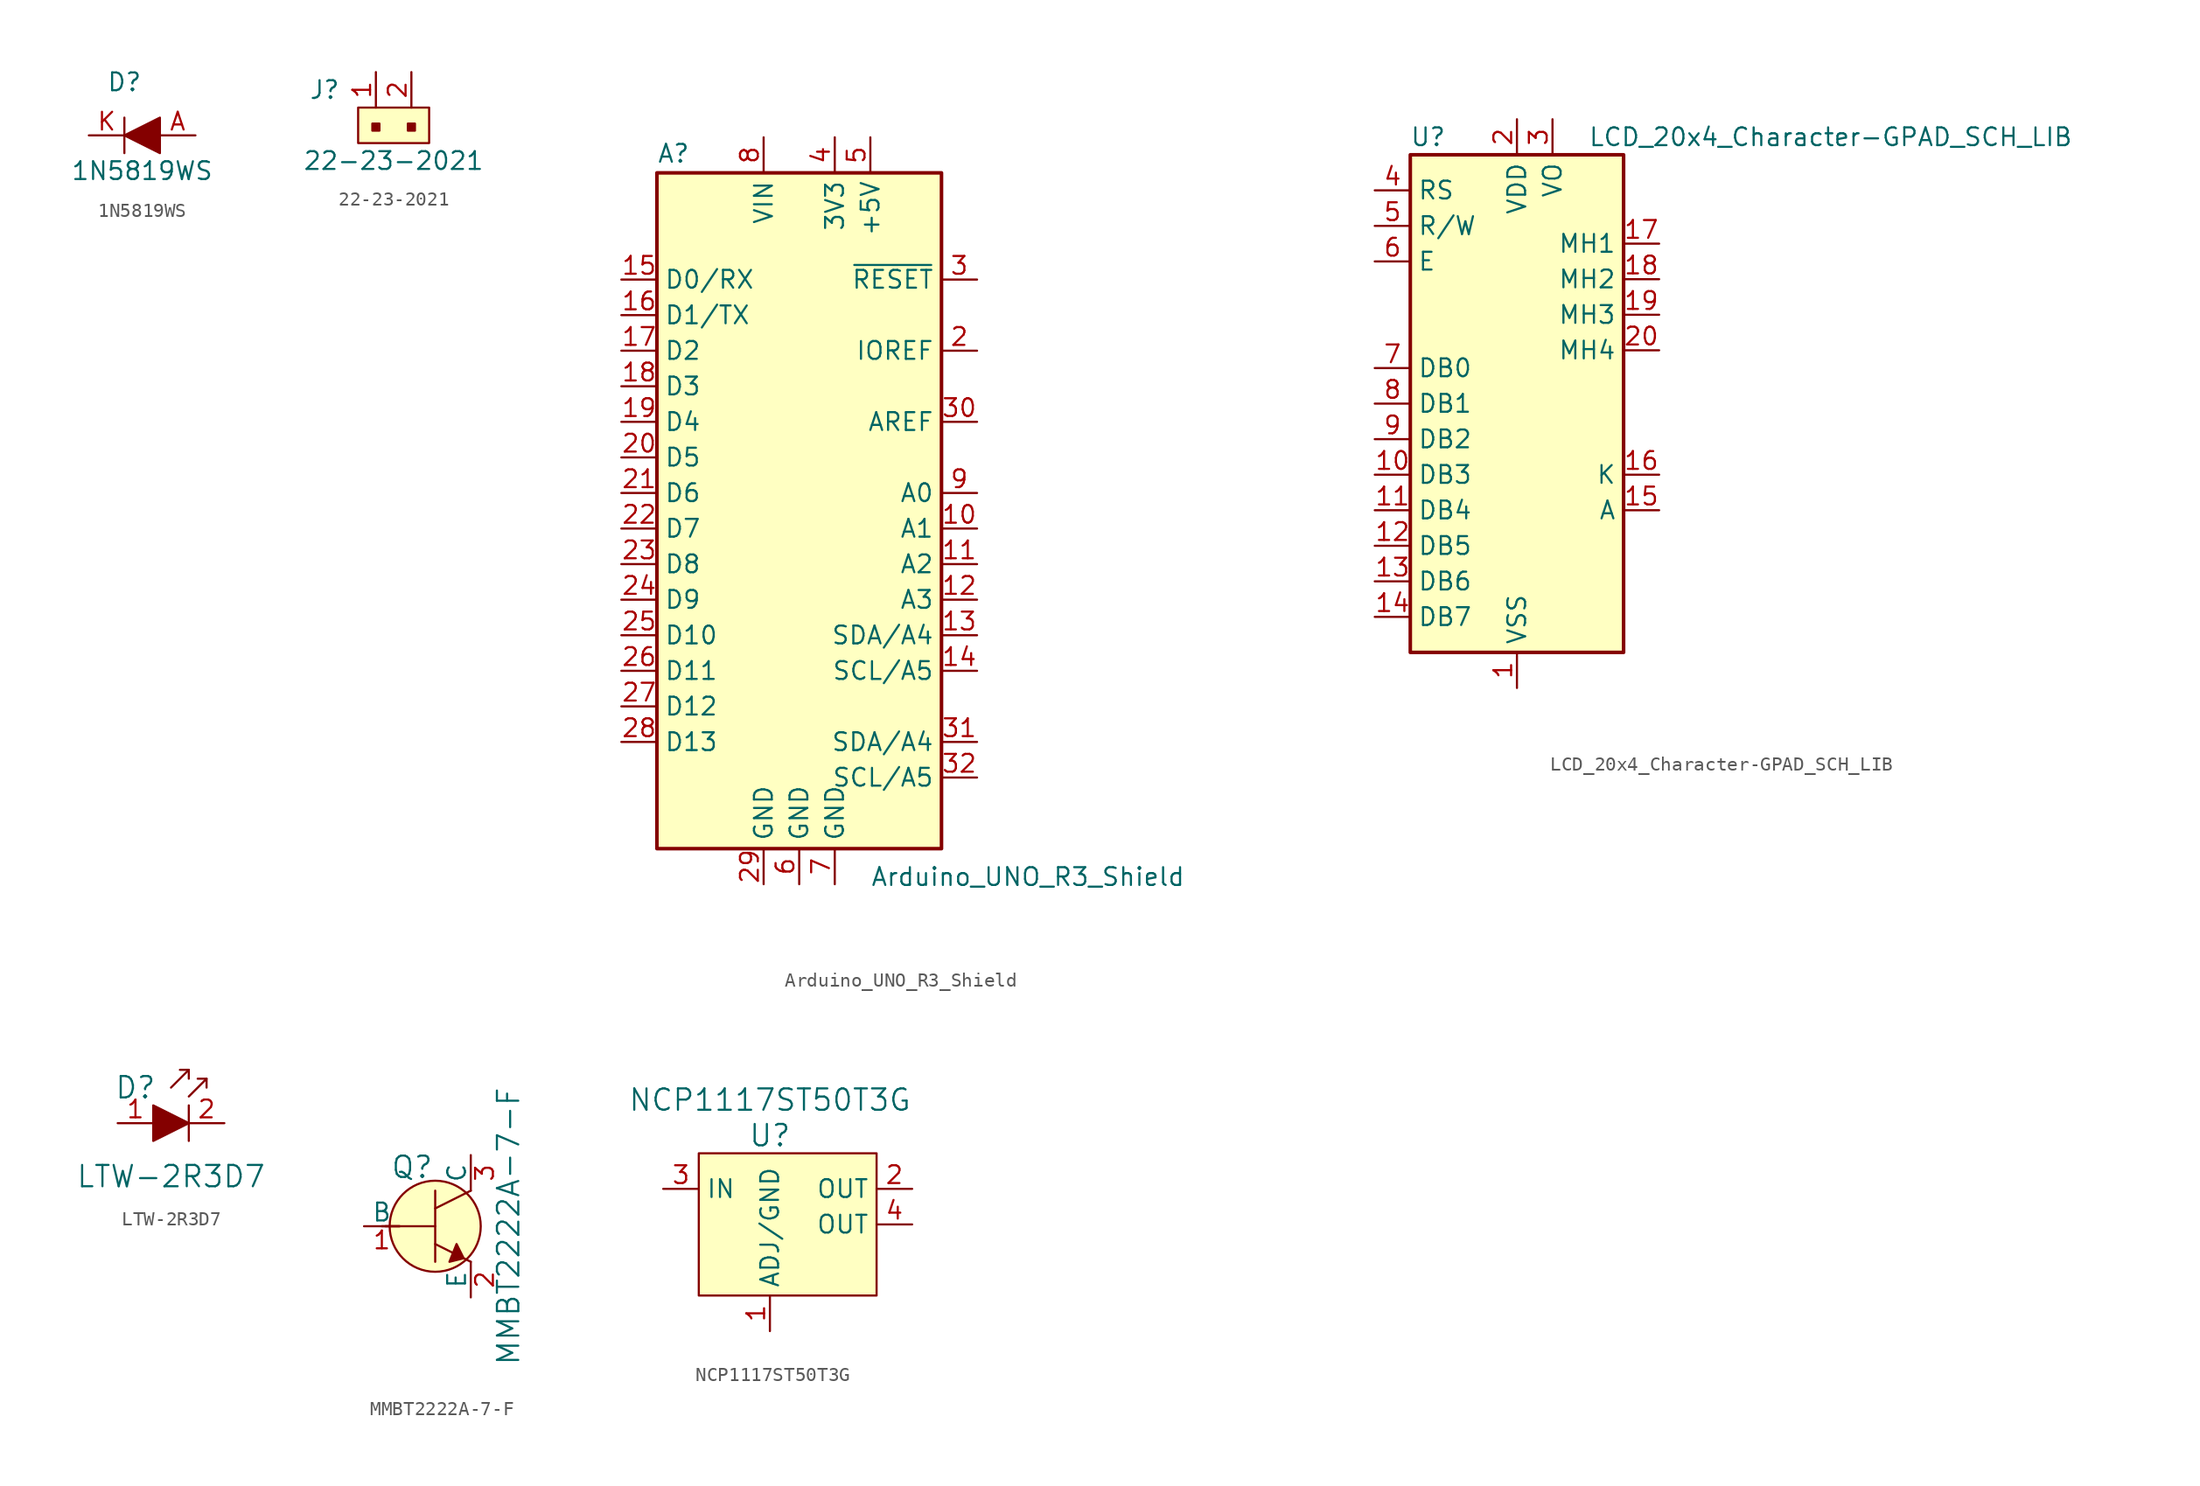
<source format=kicad_sym>
(kicad_symbol_lib
  (version 20211014)
  (generator kicad_symbol_editor)
  (symbol "1N5819WS"
    (pin_names
      (offset 1.016))
    (property "Reference" "D"
      (at 0 3.81 0)
      (effects (font (size 1.27 1.27))))
    (property "Value" "1N5819WS"
      (at 1.27 -2.54 0)
      (effects (font (size 1.27 1.27))))
    (symbol "1N5819WS_0_1"
      (polyline (pts (xy 0 0) (xy 2.54 0)) (stroke (width 0) (type default) (color 0 0 0 0)) (fill (type none)))
      (polyline (pts (xy 0 1.27) (xy 0 -1.27)) (stroke (width 0) (type default) (color 0 0 0 0)) (fill (type none)))
      (polyline (pts (xy 2.54 1.27) (xy 2.54 -1.27) (xy 0 0) (xy 2.54 1.27)) (stroke (width 0) (type default) (color 0 0 0 0)) (fill (type outline))))
    (symbol "1N5819WS_1_1"
      (pin passive line (at 5.08 0 180) (length 2.54) (name "~" (effects (font (size 1.27 1.27)))) (number "A" (effects (font (size 1.27 1.27)))))
      (pin passive line (at -2.54 0 0) (length 2.54) (name "~" (effects (font (size 1.27 1.27)))) (number "K" (effects (font (size 1.27 1.27)))))))
  (symbol "22-23-2021"
    (pin_names
      (offset 1.016))
    (property "Reference" "J"
      (at -2.54 1.27 0)
      (effects (font (size 1.27 1.27)) (justify right)))
    (property "Value" "22-23-2021"
      (at 1.27 -3.81 0)
      (effects (font (size 1.27 1.27))))
    (symbol "22-23-2021_1_1"
      (rectangle (start -1.27 0) (end 3.81 -2.54) (stroke (width 0) (type default) (color 0 0 0 0)) (fill (type background)))
      (rectangle (start -0.254 -1.143) (end 0.254 -1.651) (stroke (width 0) (type default) (color 0 0 0 0)) (fill (type outline)))
      (rectangle (start 2.286 -1.143) (end 2.794 -1.651) (stroke (width 0) (type default) (color 0 0 0 0)) (fill (type outline)))
      (pin passive line (at 0 2.54 270) (length 2.54) (name "~" (effects (font (size 1.27 1.27)))) (number "1" (effects (font (size 1.27 1.27)))))
      (pin passive line (at 2.54 2.54 270) (length 2.54) (name "~" (effects (font (size 1.27 1.27)))) (number "2" (effects (font (size 1.27 1.27)))))))
  (symbol "Arduino_UNO_R3_Shield"
    (property "Reference" "A"
      (at -10.16 23.495 0)
      (effects (font (size 1.27 1.27)) (justify left bottom)))
    (property "Value" "Arduino_UNO_R3_Shield"
      (at 5.08 -26.67 0)
      (effects (font (size 1.27 1.27)) (justify left top)))
    (symbol "Arduino_UNO_R3_Shield_0_1"
      (rectangle (start -10.16 22.86) (end 10.16 -25.4) (stroke (width 0.254) (type default) (color 0 0 0 0)) (fill (type background))))
    (symbol "Arduino_UNO_R3_Shield_1_1"
      (pin no_connect line (at -10.16 -20.32 0) (length 2.54) hide (name "NC" (effects (font (size 1.27 1.27)))) (number "1" (effects (font (size 1.27 1.27)))))
      (pin bidirectional line (at 12.7 -2.54 180) (length 2.54) (name "A1" (effects (font (size 1.27 1.27)))) (number "10" (effects (font (size 1.27 1.27)))))
      (pin bidirectional line (at 12.7 -5.08 180) (length 2.54) (name "A2" (effects (font (size 1.27 1.27)))) (number "11" (effects (font (size 1.27 1.27)))))
      (pin bidirectional line (at 12.7 -7.62 180) (length 2.54) (name "A3" (effects (font (size 1.27 1.27)))) (number "12" (effects (font (size 1.27 1.27)))))
      (pin bidirectional line (at 12.7 -10.16 180) (length 2.54) (name "SDA/A4" (effects (font (size 1.27 1.27)))) (number "13" (effects (font (size 1.27 1.27)))))
      (pin bidirectional line (at 12.7 -12.7 180) (length 2.54) (name "SCL/A5" (effects (font (size 1.27 1.27)))) (number "14" (effects (font (size 1.27 1.27)))))
      (pin bidirectional line (at -12.7 15.24 0) (length 2.54) (name "D0/RX" (effects (font (size 1.27 1.27)))) (number "15" (effects (font (size 1.27 1.27)))))
      (pin bidirectional line (at -12.7 12.7 0) (length 2.54) (name "D1/TX" (effects (font (size 1.27 1.27)))) (number "16" (effects (font (size 1.27 1.27)))))
      (pin bidirectional line (at -12.7 10.16 0) (length 2.54) (name "D2" (effects (font (size 1.27 1.27)))) (number "17" (effects (font (size 1.27 1.27)))))
      (pin bidirectional line (at -12.7 7.62 0) (length 2.54) (name "D3" (effects (font (size 1.27 1.27)))) (number "18" (effects (font (size 1.27 1.27)))))
      (pin bidirectional line (at -12.7 5.08 0) (length 2.54) (name "D4" (effects (font (size 1.27 1.27)))) (number "19" (effects (font (size 1.27 1.27)))))
      (pin passive line (at 12.7 10.16 180) (length 2.54) (name "IOREF" (effects (font (size 1.27 1.27)))) (number "2" (effects (font (size 1.27 1.27)))))
      (pin bidirectional line (at -12.7 2.54 0) (length 2.54) (name "D5" (effects (font (size 1.27 1.27)))) (number "20" (effects (font (size 1.27 1.27)))))
      (pin bidirectional line (at -12.7 0 0) (length 2.54) (name "D6" (effects (font (size 1.27 1.27)))) (number "21" (effects (font (size 1.27 1.27)))))
      (pin bidirectional line (at -12.7 -2.54 0) (length 2.54) (name "D7" (effects (font (size 1.27 1.27)))) (number "22" (effects (font (size 1.27 1.27)))))
      (pin bidirectional line (at -12.7 -5.08 0) (length 2.54) (name "D8" (effects (font (size 1.27 1.27)))) (number "23" (effects (font (size 1.27 1.27)))))
      (pin bidirectional line (at -12.7 -7.62 0) (length 2.54) (name "D9" (effects (font (size 1.27 1.27)))) (number "24" (effects (font (size 1.27 1.27)))))
      (pin bidirectional line (at -12.7 -10.16 0) (length 2.54) (name "D10" (effects (font (size 1.27 1.27)))) (number "25" (effects (font (size 1.27 1.27)))))
      (pin bidirectional line (at -12.7 -12.7 0) (length 2.54) (name "D11" (effects (font (size 1.27 1.27)))) (number "26" (effects (font (size 1.27 1.27)))))
      (pin bidirectional line (at -12.7 -15.24 0) (length 2.54) (name "D12" (effects (font (size 1.27 1.27)))) (number "27" (effects (font (size 1.27 1.27)))))
      (pin bidirectional line (at -12.7 -17.78 0) (length 2.54) (name "D13" (effects (font (size 1.27 1.27)))) (number "28" (effects (font (size 1.27 1.27)))))
      (pin power_in line (at -2.54 -27.94 90) (length 2.54) (name "GND" (effects (font (size 1.27 1.27)))) (number "29" (effects (font (size 1.27 1.27)))))
      (pin input line (at 12.7 15.24 180) (length 2.54) (name "~{RESET}" (effects (font (size 1.27 1.27)))) (number "3" (effects (font (size 1.27 1.27)))))
      (pin input line (at 12.7 5.08 180) (length 2.54) (name "AREF" (effects (font (size 1.27 1.27)))) (number "30" (effects (font (size 1.27 1.27)))))
      (pin bidirectional line (at 12.7 -17.78 180) (length 2.54) (name "SDA/A4" (effects (font (size 1.27 1.27)))) (number "31" (effects (font (size 1.27 1.27)))))
      (pin bidirectional line (at 12.7 -20.32 180) (length 2.54) (name "SCL/A5" (effects (font (size 1.27 1.27)))) (number "32" (effects (font (size 1.27 1.27)))))
      (pin power_out line (at 2.54 25.4 270) (length 2.54) (name "3V3" (effects (font (size 1.27 1.27)))) (number "4" (effects (font (size 1.27 1.27)))))
      (pin passive line (at 5.08 25.4 270) (length 2.54) (name "+5V" (effects (font (size 1.27 1.27)))) (number "5" (effects (font (size 1.27 1.27)))))
      (pin power_in line (at 0 -27.94 90) (length 2.54) (name "GND" (effects (font (size 1.27 1.27)))) (number "6" (effects (font (size 1.27 1.27)))))
      (pin power_in line (at 2.54 -27.94 90) (length 2.54) (name "GND" (effects (font (size 1.27 1.27)))) (number "7" (effects (font (size 1.27 1.27)))))
      (pin power_in line (at -2.54 25.4 270) (length 2.54) (name "VIN" (effects (font (size 1.27 1.27)))) (number "8" (effects (font (size 1.27 1.27)))))
      (pin bidirectional line (at 12.7 0 180) (length 2.54) (name "A0" (effects (font (size 1.27 1.27)))) (number "9" (effects (font (size 1.27 1.27)))))))
  (symbol "LCD_20x4_Character-GPAD_SCH_LIB"
    (property "Reference" "U"
      (at -6.35 19.05 0)
      (effects (font (size 1.27 1.27))))
    (property "Value" "LCD_20x4_Character-GPAD_SCH_LIB"
      (at 5.08 19.05 0)
      (effects (font (size 1.27 1.27)) (justify left)))
    (symbol "LCD_20x4_Character-GPAD_SCH_LIB_0_1"
      (rectangle (start -7.62 17.78) (end 7.62 -17.78) (stroke (width 0.254) (type default) (color 0 0 0 0)) (fill (type background))))
    (symbol "LCD_20x4_Character-GPAD_SCH_LIB_1_1"
      (pin power_in line (at 0 -20.32 90) (length 2.54) (name "VSS" (effects (font (size 1.27 1.27)))) (number "1" (effects (font (size 1.27 1.27)))))
      (pin input line (at -10.16 -5.08 0) (length 2.54) (name "DB3" (effects (font (size 1.27 1.27)))) (number "10" (effects (font (size 1.27 1.27)))))
      (pin bidirectional line (at -10.16 -7.62 0) (length 2.54) (name "DB4" (effects (font (size 1.27 1.27)))) (number "11" (effects (font (size 1.27 1.27)))))
      (pin bidirectional line (at -10.16 -10.16 0) (length 2.54) (name "DB5" (effects (font (size 1.27 1.27)))) (number "12" (effects (font (size 1.27 1.27)))))
      (pin bidirectional line (at -10.16 -12.7 0) (length 2.54) (name "DB6" (effects (font (size 1.27 1.27)))) (number "13" (effects (font (size 1.27 1.27)))))
      (pin bidirectional line (at -10.16 -15.24 0) (length 2.54) (name "DB7" (effects (font (size 1.27 1.27)))) (number "14" (effects (font (size 1.27 1.27)))))
      (pin passive line (at 10.16 -7.62 180) (length 2.54) (name "A" (effects (font (size 1.27 1.27)))) (number "15" (effects (font (size 1.27 1.27)))))
      (pin passive line (at 10.16 -5.08 180) (length 2.54) (name "K" (effects (font (size 1.27 1.27)))) (number "16" (effects (font (size 1.27 1.27)))))
      (pin power_in line (at 10.16 11.43 180) (length 2.54) (name "MH1" (effects (font (size 1.27 1.27)))) (number "17" (effects (font (size 1.27 1.27)))))
      (pin power_in line (at 10.16 8.89 180) (length 2.54) (name "MH2" (effects (font (size 1.27 1.27)))) (number "18" (effects (font (size 1.27 1.27)))))
      (pin power_in line (at 10.16 6.35 180) (length 2.54) (name "MH3" (effects (font (size 1.27 1.27)))) (number "19" (effects (font (size 1.27 1.27)))))
      (pin power_in line (at 0 20.32 270) (length 2.54) (name "VDD" (effects (font (size 1.27 1.27)))) (number "2" (effects (font (size 1.27 1.27)))))
      (pin power_in line (at 10.16 3.81 180) (length 2.54) (name "MH4" (effects (font (size 1.27 1.27)))) (number "20" (effects (font (size 1.27 1.27)))))
      (pin power_in line (at 2.54 20.32 270) (length 2.54) (name "VO" (effects (font (size 1.27 1.27)))) (number "3" (effects (font (size 1.27 1.27)))))
      (pin input line (at -10.16 15.24 0) (length 2.54) (name "RS" (effects (font (size 1.27 1.27)))) (number "4" (effects (font (size 1.27 1.27)))))
      (pin input line (at -10.16 12.7 0) (length 2.54) (name "R/W" (effects (font (size 1.27 1.27)))) (number "5" (effects (font (size 1.27 1.27)))))
      (pin input line (at -10.16 10.16 0) (length 2.54) (name "E" (effects (font (size 1.27 1.27)))) (number "6" (effects (font (size 1.27 1.27)))))
      (pin input line (at -10.16 2.54 0) (length 2.54) (name "DB0" (effects (font (size 1.27 1.27)))) (number "7" (effects (font (size 1.27 1.27)))))
      (pin input line (at -10.16 0 0) (length 2.54) (name "DB1" (effects (font (size 1.27 1.27)))) (number "8" (effects (font (size 1.27 1.27)))))
      (pin input line (at -10.16 -2.54 0) (length 2.54) (name "DB2" (effects (font (size 1.27 1.27)))) (number "9" (effects (font (size 1.27 1.27)))))))
  (symbol "LTW-2R3D7"
    (pin_names
      (offset 0))
    (property "Reference" "D"
      (at -3.81 2.54 0)
      (effects (font (size 1.524 1.524))))
    (property "Value" "LTW-2R3D7"
      (at -1.27 -3.81 0)
      (effects (font (size 1.524 1.524))))
    (symbol "LTW-2R3D7_0_1"
      (polyline (pts (xy 0 1.27) (xy 0 -1.27)) (stroke (width 0) (type default) (color 0 0 0 0)) (fill (type none)))
      (polyline (pts (xy 0 3.81) (xy -1.27 2.54)) (stroke (width 0) (type default) (color 0 0 0 0)) (fill (type none)))
      (polyline (pts (xy 1.27 3.175) (xy 0 1.905)) (stroke (width 0) (type default) (color 0 0 0 0)) (fill (type none)))
      (polyline (pts (xy -0.635 3.81) (xy 0 3.81) (xy 0 3.175)) (stroke (width 0) (type default) (color 0 0 0 0)) (fill (type none)))
      (polyline (pts (xy 0.635 3.175) (xy 1.27 3.175) (xy 1.27 2.54)) (stroke (width 0) (type default) (color 0 0 0 0)) (fill (type none)))
      (polyline (pts (xy -2.54 1.27) (xy -2.54 -1.27) (xy 0 0) (xy -2.54 1.27)) (stroke (width 0) (type default) (color 0 0 0 0)) (fill (type outline))))
    (symbol "LTW-2R3D7_1_1"
      (pin passive line (at -5.08 0 0) (length 2.54) (name "~" (effects (font (size 1.27 1.27)))) (number "1" (effects (font (size 1.27 1.27)))))
      (pin passive line (at 2.54 0 180) (length 2.54) (name "~" (effects (font (size 1.27 1.27)))) (number "2" (effects (font (size 1.27 1.27)))))))
  (symbol "MMBT2222A-7-F"
    (pin_names
      (offset 0))
    (property "Reference" "Q"
      (at -3.2 4.216 0)
      (effects (font (size 1.524 1.524)) (justify left)))
    (property "Value" "MMBT2222A-7-F"
      (at 5.232 0 90)
      (effects (font (size 1.524 1.524))))
    (symbol "MMBT2222A-7-F_0_1"
      (polyline (pts (xy -3.81 0) (xy -2.54 0)) (stroke (width 0) (type default) (color 0 0 0 0)) (fill (type none)))
      (polyline (pts (xy -3.556 0) (xy 0 0)) (stroke (width 0) (type default) (color 0 0 0 0)) (fill (type none)))
      (polyline (pts (xy 0 -1.27) (xy 2.54 -2.54)) (stroke (width 0) (type default) (color 0 0 0 0)) (fill (type none)))
      (polyline (pts (xy 0 1.27) (xy 2.54 2.54)) (stroke (width 0) (type default) (color 0 0 0 0)) (fill (type none)))
      (polyline (pts (xy 0 2.54) (xy 0 -2.54)) (stroke (width 0) (type default) (color 0 0 0 0)) (fill (type none)))
      (polyline (pts (xy 1.524 -1.27) (xy 2.032 -2.286) (xy 1.016 -2.54) (xy 1.524 -1.27)) (stroke (width 0) (type default) (color 0 0 0 0)) (fill (type outline)))
      (circle (center 0 0) (radius 3.251) (stroke (width 0) (type default) (color 0 0 0 0)) (fill (type background))))
    (symbol "MMBT2222A-7-F_1_1"
      (pin input line (at -5.08 0 0) (length 2.54) (name "B" (effects (font (size 1.27 1.27)))) (number "1" (effects (font (size 1.27 1.27)))))
      (pin passive line (at 2.54 -5.08 90) (length 2.54) (name "E" (effects (font (size 1.27 1.27)))) (number "2" (effects (font (size 1.27 1.27)))))
      (pin passive line (at 2.54 5.08 270) (length 2.54) (name "C" (effects (font (size 1.27 1.27)))) (number "3" (effects (font (size 1.27 1.27)))))))
  (symbol "NCP1117ST50T3G"
    (property "Reference" "U"
      (at 0 3.81 0)
      (effects (font (size 1.524 1.524))))
    (property "Value" "NCP1117ST50T3G"
      (at 0 6.35 0)
      (effects (font (size 1.524 1.524))))
    (symbol "NCP1117ST50T3G_0_1"
      (rectangle (start -5.08 2.54) (end 7.62 -7.62) (stroke (width 0) (type default) (color 0 0 0 0)) (fill (type background))))
    (symbol "NCP1117ST50T3G_1_1"
      (pin power_in line (at 0 -10.16 90) (length 2.54) (name "ADJ/GND" (effects (font (size 1.27 1.27)))) (number "1" (effects (font (size 1.27 1.27)))))
      (pin passive line (at 10.16 0 180) (length 2.54) (name "OUT" (effects (font (size 1.27 1.27)))) (number "2" (effects (font (size 1.27 1.27)))))
      (pin power_in line (at -7.62 0 0) (length 2.54) (name "IN" (effects (font (size 1.27 1.27)))) (number "3" (effects (font (size 1.27 1.27)))))
      (pin power_out line (at 10.16 -2.54 180) (length 2.54) (name "OUT" (effects (font (size 1.27 1.27)))) (number "4" (effects (font (size 1.27 1.27))))))))
</source>
